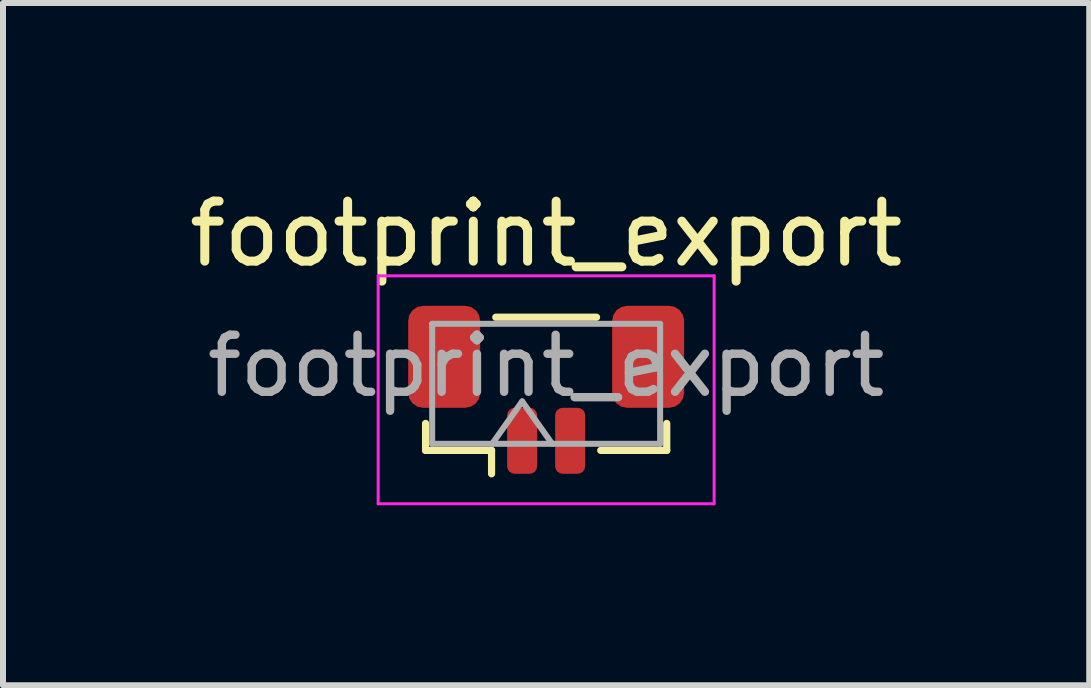
<source format=kicad_pcb>
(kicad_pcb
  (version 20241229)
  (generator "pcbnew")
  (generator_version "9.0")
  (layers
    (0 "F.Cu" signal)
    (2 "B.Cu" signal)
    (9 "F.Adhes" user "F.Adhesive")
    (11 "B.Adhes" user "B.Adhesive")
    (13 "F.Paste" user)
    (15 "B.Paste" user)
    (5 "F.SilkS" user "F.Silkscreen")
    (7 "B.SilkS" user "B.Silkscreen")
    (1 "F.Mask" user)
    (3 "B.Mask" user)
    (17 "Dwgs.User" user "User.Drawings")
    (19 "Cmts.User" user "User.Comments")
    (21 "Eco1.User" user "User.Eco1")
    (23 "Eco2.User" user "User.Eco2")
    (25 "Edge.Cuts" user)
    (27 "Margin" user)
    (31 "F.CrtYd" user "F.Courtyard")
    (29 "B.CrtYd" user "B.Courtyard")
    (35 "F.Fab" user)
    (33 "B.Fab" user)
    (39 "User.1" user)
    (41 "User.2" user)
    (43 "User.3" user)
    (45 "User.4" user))
  (footprint "footprint_export"
    (layer "F.Cu")
    (at 6.054 3.448)
    (property "Reference" "footprint_export" (at 0 -2.6 0) (layer "F.SilkS") (effects (font (size 1 1) (thickness 0.15))))
    (attr smd)
    (fp_line (start -2.01 0.56) (end -2.01 1.01) (stroke (width 0.12) (type solid)) (layer "F.SilkS"))
    (fp_line (start -2.01 1.01) (end -0.91 1.01) (stroke (width 0.12) (type solid)) (layer "F.SilkS"))
    (fp_line (start -0.91 1.01) (end -0.91 1.4) (stroke (width 0.12) (type solid)) (layer "F.SilkS"))
    (fp_line (start -0.84 -1.21) (end 0.84 -1.21) (stroke (width 0.12) (type solid)) (layer "F.SilkS"))
    (fp_line (start 2.01 0.56) (end 2.01 1.01) (stroke (width 0.12) (type solid)) (layer "F.SilkS"))
    (fp_line (start 2.01 1.01) (end 0.91 1.01) (stroke (width 0.12) (type solid)) (layer "F.SilkS"))
    (fp_line (start -2.8 -1.9) (end -2.8 1.9) (stroke (width 0.05) (type solid)) (layer "F.CrtYd"))
    (fp_line (start -2.8 1.9) (end 2.8 1.9) (stroke (width 0.05) (type solid)) (layer "F.CrtYd"))
    (fp_line (start 2.8 -1.9) (end -2.8 -1.9) (stroke (width 0.05) (type solid)) (layer "F.CrtYd"))
    (fp_line (start 2.8 1.9) (end 2.8 -1.9) (stroke (width 0.05) (type solid)) (layer "F.CrtYd"))
    (fp_line (start -1.9 -1.1) (end 1.9 -1.1) (stroke (width 0.1) (type solid)) (layer "F.Fab"))
    (fp_line (start -1.9 0.9) (end -1.9 -1.1) (stroke (width 0.1) (type solid)) (layer "F.Fab"))
    (fp_line (start -1.9 0.9) (end 1.9 0.9) (stroke (width 0.1) (type solid)) (layer "F.Fab"))
    (fp_line (start -0.9 0.9) (end -0.4 0.193) (stroke (width 0.1) (type solid)) (layer "F.Fab"))
    (fp_line (start -0.4 0.193) (end 0.1 0.9) (stroke (width 0.1) (type solid)) (layer "F.Fab"))
    (fp_line (start 1.9 0.9) (end 1.9 -1.1) (stroke (width 0.1) (type solid)) (layer "F.Fab"))
    (fp_text user "${REFERENCE}" (at 0 -0.4 0) (layer "F.Fab") (effects (font (size 0.95 0.95) (thickness 0.14))))
    (pad "1" smd roundrect (at -0.4 0.85) (size 0.5 1.1) (layers "F.Cu" "F.Mask" "F.Paste") (roundrect_rratio 0.25))
    (pad "2" smd roundrect (at 0.4 0.85) (size 0.5 1.1) (layers "F.Cu" "F.Mask" "F.Paste") (roundrect_rratio 0.25))
    (pad "MP" smd roundrect (at -1.7 -0.55) (size 1.2 1.7) (layers "F.Cu" "F.Mask" "F.Paste") (roundrect_rratio 0.208))
    (pad "MP" smd roundrect (at 1.7 -0.55) (size 1.2 1.7) (layers "F.Cu" "F.Mask" "F.Paste") (roundrect_rratio 0.208)))
  (gr_rect
    (start -3 -3)
    (end 15.107 8.373)
    (stroke (width 0.1) (type default))
    (fill no)
    (layer "Edge.Cuts")))
</source>
